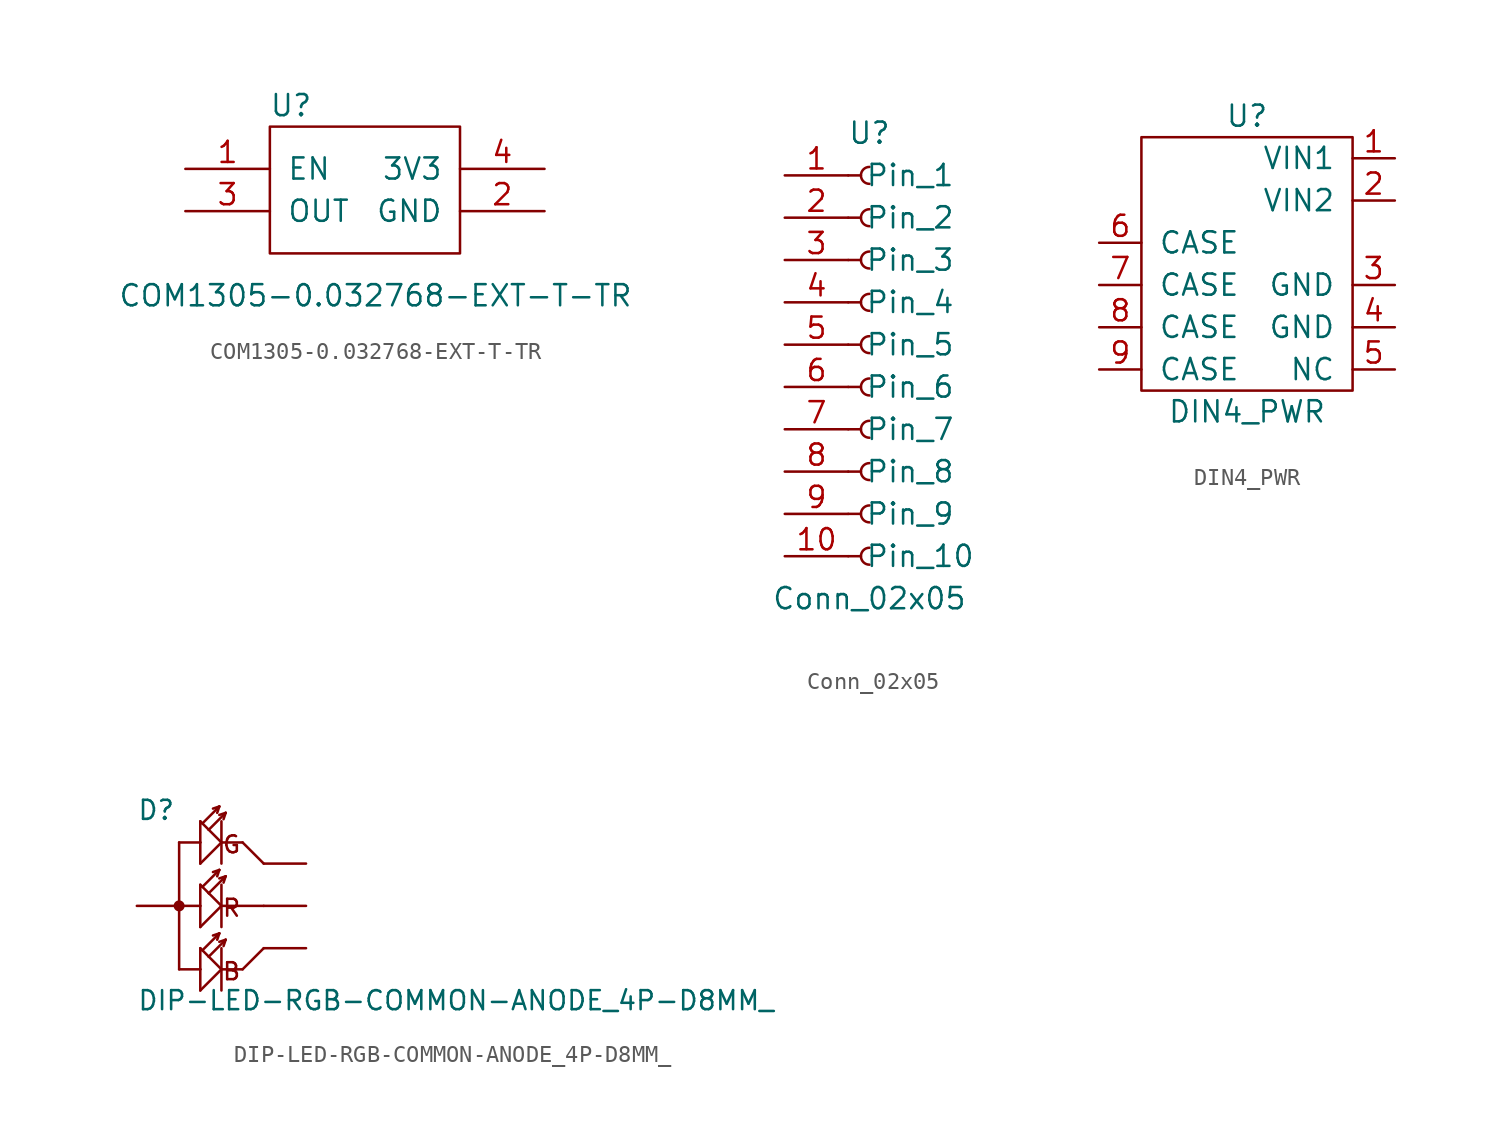
<source format=kicad_sym>
(kicad_symbol_lib
  (version 20211014)
  (generator kicad_symbol_editor)
  (symbol "COM1305-0.032768-EXT-T-TR"
    (pin_names
      (offset 1.016))
    (property "Reference" "U"
      (at 6.35 3.81 0)
      (effects (font (size 1.27 1.27))))
    (property "Value" "COM1305-0.032768-EXT-T-TR"
      (at 11.43 -7.62 0)
      (effects (font (size 1.27 1.27))))
    (symbol "COM1305-0.032768-EXT-T-TR_0_1"
      (rectangle (start 5.08 2.54) (end 16.51 -5.08) (stroke (width 0) (type default) (color 0 0 0 0)) (fill (type none))))
    (symbol "COM1305-0.032768-EXT-T-TR_1_1"
      (pin input line (at 0 0 0) (length 5.08) (name "EN" (effects (font (size 1.27 1.27)))) (number "1" (effects (font (size 1.27 1.27)))))
      (pin input line (at 21.59 -2.54 180) (length 5.08) (name "GND" (effects (font (size 1.27 1.27)))) (number "2" (effects (font (size 1.27 1.27)))))
      (pin input line (at 0 -2.54 0) (length 5.08) (name "OUT" (effects (font (size 1.27 1.27)))) (number "3" (effects (font (size 1.27 1.27)))))
      (pin input line (at 21.59 0 180) (length 5.08) (name "3V3" (effects (font (size 1.27 1.27)))) (number "4" (effects (font (size 1.27 1.27)))))))
  (symbol "Conn_02x05"
    (pin_names
      (offset 1.016))
    (property "Reference" "U"
      (at 0 2.54 0)
      (effects (font (size 1.27 1.27))))
    (property "Value" "Conn_02x05"
      (at 0 -25.4 0)
      (effects (font (size 1.27 1.27))))
    (symbol "Conn_02x05_1_1"
      (arc (start 0 -22.352) (mid -0.508 -22.86) (end 0 -23.368) (stroke (width 0.1524) (type default) (color 0 0 0 0)) (fill (type none)))
      (arc (start 0 -19.812) (mid -0.508 -20.32) (end 0 -20.828) (stroke (width 0.1524) (type default) (color 0 0 0 0)) (fill (type none)))
      (arc (start 0 -17.272) (mid -0.508 -17.78) (end 0 -18.288) (stroke (width 0.1524) (type default) (color 0 0 0 0)) (fill (type none)))
      (arc (start 0 -14.732) (mid -0.508 -15.24) (end 0 -15.748) (stroke (width 0.1524) (type default) (color 0 0 0 0)) (fill (type none)))
      (arc (start 0 -12.192) (mid -0.508 -12.7) (end 0 -13.208) (stroke (width 0.1524) (type default) (color 0 0 0 0)) (fill (type none)))
      (arc (start 0 -9.652) (mid -0.508 -10.16) (end 0 -10.668) (stroke (width 0.1524) (type default) (color 0 0 0 0)) (fill (type none)))
      (arc (start 0 -7.112) (mid -0.508 -7.62) (end 0 -8.128) (stroke (width 0.1524) (type default) (color 0 0 0 0)) (fill (type none)))
      (arc (start 0 -4.572) (mid -0.508 -5.08) (end 0 -5.588) (stroke (width 0.1524) (type default) (color 0 0 0 0)) (fill (type none)))
      (arc (start 0 -2.032) (mid -0.508 -2.54) (end 0 -3.048) (stroke (width 0.1524) (type default) (color 0 0 0 0)) (fill (type none)))
      (polyline (pts (xy -1.27 -22.86) (xy -0.508 -22.86)) (stroke (width 0.152) (type default) (color 0 0 0 0)) (fill (type none)))
      (polyline (pts (xy -1.27 -20.32) (xy -0.508 -20.32)) (stroke (width 0.152) (type default) (color 0 0 0 0)) (fill (type none)))
      (polyline (pts (xy -1.27 -17.78) (xy -0.508 -17.78)) (stroke (width 0.152) (type default) (color 0 0 0 0)) (fill (type none)))
      (polyline (pts (xy -1.27 -15.24) (xy -0.508 -15.24)) (stroke (width 0.152) (type default) (color 0 0 0 0)) (fill (type none)))
      (polyline (pts (xy -1.27 -12.7) (xy -0.508 -12.7)) (stroke (width 0.152) (type default) (color 0 0 0 0)) (fill (type none)))
      (polyline (pts (xy -1.27 -10.16) (xy -0.508 -10.16)) (stroke (width 0.152) (type default) (color 0 0 0 0)) (fill (type none)))
      (polyline (pts (xy -1.27 -7.62) (xy -0.508 -7.62)) (stroke (width 0.152) (type default) (color 0 0 0 0)) (fill (type none)))
      (polyline (pts (xy -1.27 -5.08) (xy -0.508 -5.08)) (stroke (width 0.152) (type default) (color 0 0 0 0)) (fill (type none)))
      (polyline (pts (xy -1.27 -2.54) (xy -0.508 -2.54)) (stroke (width 0.152) (type default) (color 0 0 0 0)) (fill (type none)))
      (polyline (pts (xy -1.27 0) (xy -0.508 0)) (stroke (width 0.152) (type default) (color 0 0 0 0)) (fill (type none)))
      (arc (start 0 0.508) (mid -0.508 0) (end 0 -0.508) (stroke (width 0.1524) (type default) (color 0 0 0 0)) (fill (type none)))
      (pin passive line (at -5.08 0 0) (length 3.81) (name "Pin_1" (effects (font (size 1.27 1.27)))) (number "1" (effects (font (size 1.27 1.27)))))
      (pin passive line (at -5.08 -22.86 0) (length 3.81) (name "Pin_10" (effects (font (size 1.27 1.27)))) (number "10" (effects (font (size 1.27 1.27)))))
      (pin passive line (at -5.08 -2.54 0) (length 3.81) (name "Pin_2" (effects (font (size 1.27 1.27)))) (number "2" (effects (font (size 1.27 1.27)))))
      (pin passive line (at -5.08 -5.08 0) (length 3.81) (name "Pin_3" (effects (font (size 1.27 1.27)))) (number "3" (effects (font (size 1.27 1.27)))))
      (pin passive line (at -5.08 -7.62 0) (length 3.81) (name "Pin_4" (effects (font (size 1.27 1.27)))) (number "4" (effects (font (size 1.27 1.27)))))
      (pin passive line (at -5.08 -10.16 0) (length 3.81) (name "Pin_5" (effects (font (size 1.27 1.27)))) (number "5" (effects (font (size 1.27 1.27)))))
      (pin passive line (at -5.08 -12.7 0) (length 3.81) (name "Pin_6" (effects (font (size 1.27 1.27)))) (number "6" (effects (font (size 1.27 1.27)))))
      (pin passive line (at -5.08 -15.24 0) (length 3.81) (name "Pin_7" (effects (font (size 1.27 1.27)))) (number "7" (effects (font (size 1.27 1.27)))))
      (pin passive line (at -5.08 -17.78 0) (length 3.81) (name "Pin_8" (effects (font (size 1.27 1.27)))) (number "8" (effects (font (size 1.27 1.27)))))
      (pin passive line (at -5.08 -20.32 0) (length 3.81) (name "Pin_9" (effects (font (size 1.27 1.27)))) (number "9" (effects (font (size 1.27 1.27)))))))
  (symbol "DIN4_PWR"
    (pin_names
      (offset 1.016))
    (property "Reference" "U"
      (at 0 7.62 0)
      (effects (font (size 1.27 1.27))))
    (property "Value" "DIN4_PWR"
      (at 0 -10.16 0)
      (effects (font (size 1.27 1.27))))
    (symbol "DIN4_PWR_0_1"
      (rectangle (start -6.35 6.35) (end 6.35 -8.89) (stroke (width 0) (type default) (color 0 0 0 0)) (fill (type none))))
    (symbol "DIN4_PWR_1_1"
      (pin power_out line (at 8.89 5.08 180) (length 2.54) (name "VIN1" (effects (font (size 1.27 1.27)))) (number "1" (effects (font (size 1.27 1.27)))))
      (pin power_out line (at 8.89 2.54 180) (length 2.54) (name "VIN2" (effects (font (size 1.27 1.27)))) (number "2" (effects (font (size 1.27 1.27)))))
      (pin passive line (at 8.89 -2.54 180) (length 2.54) (name "GND" (effects (font (size 1.27 1.27)))) (number "3" (effects (font (size 1.27 1.27)))))
      (pin passive line (at 8.89 -5.08 180) (length 2.54) (name "GND" (effects (font (size 1.27 1.27)))) (number "4" (effects (font (size 1.27 1.27)))))
      (pin passive line (at 8.89 -7.62 180) (length 2.54) (name "NC" (effects (font (size 1.27 1.27)))) (number "5" (effects (font (size 1.27 1.27)))))
      (pin passive line (at -8.89 0 0) (length 2.54) (name "CASE" (effects (font (size 1.27 1.27)))) (number "6" (effects (font (size 1.27 1.27)))))
      (pin passive line (at -8.89 -2.54 0) (length 2.54) (name "CASE" (effects (font (size 1.27 1.27)))) (number "7" (effects (font (size 1.27 1.27)))))
      (pin passive line (at -8.89 -5.08 0) (length 2.54) (name "CASE" (effects (font (size 1.27 1.27)))) (number "8" (effects (font (size 1.27 1.27)))))
      (pin passive line (at -8.89 -7.62 0) (length 2.54) (name "CASE" (effects (font (size 1.27 1.27)))) (number "9" (effects (font (size 1.27 1.27)))))))
  (symbol "DIP-LED-RGB-COMMON-ANODE_4P-D8MM_"
    (pin_numbers hide)
    (pin_names
      (offset 1.016) hide)
    (property "Reference" "D"
      (at -5.08 5.08 0)
      (effects (font (size 1.143 1.143)) (justify left bottom)))
    (property "Value" "DIP-LED-RGB-COMMON-ANODE_4P-D8MM_"
      (at -5.08 -6.35 0)
      (effects (font (size 1.143 1.143)) (justify left bottom)))
    (property "ki_locked" ""
      (at 0 0 0)
      (effects (font (size 1.27 1.27))))
    (symbol "DIP-LED-RGB-COMMON-ANODE_4P-D8MM__1_0"
      (polyline (pts (xy -2.54 -3.81) (xy -2.54 0)) (stroke (width 0) (type default) (color 0 0 0 0)) (fill (type none)))
      (polyline (pts (xy -2.54 3.81) (xy -2.54 0)) (stroke (width 0) (type default) (color 0 0 0 0)) (fill (type none)))
      (polyline (pts (xy -1.27 -5.08) (xy 0 -3.81)) (stroke (width 0) (type default) (color 0 0 0 0)) (fill (type none)))
      (polyline (pts (xy -1.27 -3.81) (xy -2.54 -3.81)) (stroke (width 0) (type default) (color 0 0 0 0)) (fill (type none)))
      (polyline (pts (xy -1.27 -3.81) (xy -1.27 -5.08)) (stroke (width 0) (type default) (color 0 0 0 0)) (fill (type none)))
      (polyline (pts (xy -1.27 -2.54) (xy -1.27 -3.81)) (stroke (width 0) (type default) (color 0 0 0 0)) (fill (type none)))
      (polyline (pts (xy -1.27 -1.27) (xy 0 0)) (stroke (width 0) (type default) (color 0 0 0 0)) (fill (type none)))
      (polyline (pts (xy -1.27 0) (xy -2.54 0)) (stroke (width 0) (type default) (color 0 0 0 0)) (fill (type none)))
      (polyline (pts (xy -1.27 0) (xy -1.27 -1.27)) (stroke (width 0) (type default) (color 0 0 0 0)) (fill (type none)))
      (polyline (pts (xy -1.27 1.27) (xy -1.27 0)) (stroke (width 0) (type default) (color 0 0 0 0)) (fill (type none)))
      (polyline (pts (xy -1.27 2.54) (xy 0 3.81)) (stroke (width 0) (type default) (color 0 0 0 0)) (fill (type none)))
      (polyline (pts (xy -1.27 3.81) (xy -2.54 3.81)) (stroke (width 0) (type default) (color 0 0 0 0)) (fill (type none)))
      (polyline (pts (xy -1.27 3.81) (xy -1.27 2.54)) (stroke (width 0) (type default) (color 0 0 0 0)) (fill (type none)))
      (polyline (pts (xy -1.27 5.08) (xy -1.27 3.81)) (stroke (width 0) (type default) (color 0 0 0 0)) (fill (type none)))
      (polyline (pts (xy -1.143 -2.667) (xy -1.27 -2.54)) (stroke (width 0) (type default) (color 0 0 0 0)) (fill (type none)))
      (polyline (pts (xy -1.143 -2.667) (xy -0.127 -1.651)) (stroke (width 0) (type default) (color 0 0 0 0)) (fill (type none)))
      (polyline (pts (xy -1.143 1.143) (xy -1.27 1.27)) (stroke (width 0) (type default) (color 0 0 0 0)) (fill (type none)))
      (polyline (pts (xy -1.143 1.143) (xy -0.127 2.159)) (stroke (width 0) (type default) (color 0 0 0 0)) (fill (type none)))
      (polyline (pts (xy -1.143 4.953) (xy -1.27 5.08)) (stroke (width 0) (type default) (color 0 0 0 0)) (fill (type none)))
      (polyline (pts (xy -1.143 4.953) (xy -0.127 5.969)) (stroke (width 0) (type default) (color 0 0 0 0)) (fill (type none)))
      (polyline (pts (xy -0.762 -3.048) (xy -1.143 -2.667)) (stroke (width 0) (type default) (color 0 0 0 0)) (fill (type none)))
      (polyline (pts (xy -0.762 -3.048) (xy 0.254 -2.032)) (stroke (width 0) (type default) (color 0 0 0 0)) (fill (type none)))
      (polyline (pts (xy -0.762 0.762) (xy -1.143 1.143)) (stroke (width 0) (type default) (color 0 0 0 0)) (fill (type none)))
      (polyline (pts (xy -0.762 0.762) (xy 0.254 1.778)) (stroke (width 0) (type default) (color 0 0 0 0)) (fill (type none)))
      (polyline (pts (xy -0.762 4.572) (xy -1.143 4.953)) (stroke (width 0) (type default) (color 0 0 0 0)) (fill (type none)))
      (polyline (pts (xy -0.762 4.572) (xy 0.254 5.588)) (stroke (width 0) (type default) (color 0 0 0 0)) (fill (type none)))
      (polyline (pts (xy -0.127 -1.651) (xy -0.508 -1.778)) (stroke (width 0) (type default) (color 0 0 0 0)) (fill (type none)))
      (polyline (pts (xy -0.127 -1.651) (xy -0.254 -2.032)) (stroke (width 0) (type default) (color 0 0 0 0)) (fill (type none)))
      (polyline (pts (xy -0.127 2.159) (xy -0.508 2.032)) (stroke (width 0) (type default) (color 0 0 0 0)) (fill (type none)))
      (polyline (pts (xy -0.127 2.159) (xy -0.254 1.778)) (stroke (width 0) (type default) (color 0 0 0 0)) (fill (type none)))
      (polyline (pts (xy -0.127 5.969) (xy -0.508 5.842)) (stroke (width 0) (type default) (color 0 0 0 0)) (fill (type none)))
      (polyline (pts (xy -0.127 5.969) (xy -0.254 5.588)) (stroke (width 0) (type default) (color 0 0 0 0)) (fill (type none)))
      (polyline (pts (xy 0 -3.81) (xy -0.762 -3.048)) (stroke (width 0) (type default) (color 0 0 0 0)) (fill (type none)))
      (polyline (pts (xy 0 -3.81) (xy 0 -5.08)) (stroke (width 0) (type default) (color 0 0 0 0)) (fill (type none)))
      (polyline (pts (xy 0 -3.81) (xy 1.27 -3.81)) (stroke (width 0) (type default) (color 0 0 0 0)) (fill (type none)))
      (polyline (pts (xy 0 -2.54) (xy 0 -3.81)) (stroke (width 0) (type default) (color 0 0 0 0)) (fill (type none)))
      (polyline (pts (xy 0 0) (xy -0.762 0.762)) (stroke (width 0) (type default) (color 0 0 0 0)) (fill (type none)))
      (polyline (pts (xy 0 0) (xy 0 -1.27)) (stroke (width 0) (type default) (color 0 0 0 0)) (fill (type none)))
      (polyline (pts (xy 0 0) (xy 2.54 0)) (stroke (width 0) (type default) (color 0 0 0 0)) (fill (type none)))
      (polyline (pts (xy 0 1.27) (xy 0 0)) (stroke (width 0) (type default) (color 0 0 0 0)) (fill (type none)))
      (polyline (pts (xy 0 3.81) (xy -0.762 4.572)) (stroke (width 0) (type default) (color 0 0 0 0)) (fill (type none)))
      (polyline (pts (xy 0 3.81) (xy 0 2.54)) (stroke (width 0) (type default) (color 0 0 0 0)) (fill (type none)))
      (polyline (pts (xy 0 3.81) (xy 1.27 3.81)) (stroke (width 0) (type default) (color 0 0 0 0)) (fill (type none)))
      (polyline (pts (xy 0 5.08) (xy 0 3.81)) (stroke (width 0) (type default) (color 0 0 0 0)) (fill (type none)))
      (polyline (pts (xy 0.254 -2.032) (xy -0.127 -2.159)) (stroke (width 0) (type default) (color 0 0 0 0)) (fill (type none)))
      (polyline (pts (xy 0.254 -2.032) (xy 0.127 -2.413)) (stroke (width 0) (type default) (color 0 0 0 0)) (fill (type none)))
      (polyline (pts (xy 0.254 1.778) (xy -0.127 1.651)) (stroke (width 0) (type default) (color 0 0 0 0)) (fill (type none)))
      (polyline (pts (xy 0.254 1.778) (xy 0.127 1.397)) (stroke (width 0) (type default) (color 0 0 0 0)) (fill (type none)))
      (polyline (pts (xy 0.254 5.588) (xy -0.127 5.461)) (stroke (width 0) (type default) (color 0 0 0 0)) (fill (type none)))
      (polyline (pts (xy 0.254 5.588) (xy 0.127 5.207)) (stroke (width 0) (type default) (color 0 0 0 0)) (fill (type none)))
      (polyline (pts (xy 1.27 -3.81) (xy 2.54 -2.54)) (stroke (width 0) (type default) (color 0 0 0 0)) (fill (type none)))
      (polyline (pts (xy 1.27 3.81) (xy 2.54 2.54)) (stroke (width 0) (type default) (color 0 0 0 0)) (fill (type none)))
      (text "B" (at 0.61 -3.937 0) (effects (font (size 1.016 1.016))))
      (text "G" (at 0.61 3.683 0) (effects (font (size 1.016 1.016))))
      (text "R" (at 0.61 -0.127 0) (effects (font (size 1.016 1.016)))))
    (symbol "DIP-LED-RGB-COMMON-ANODE_4P-D8MM__1_1"
      (circle (center -2.54 0) (radius 0.178) (stroke (width 0) (type default) (color 0 0 0 0)) (fill (type outline)))
      (circle (center -2.54 0) (radius 0.254) (stroke (width 0) (type default) (color 0 0 0 0)) (fill (type none)))
      (pin bidirectional line (at 5.08 -2.54 180) (length 2.54) (name "B" (effects (font (size 1.016 1.016)))) (number "1" (effects (font (size 1.016 1.016)))))
      (pin bidirectional line (at 5.08 2.54 180) (length 2.54) (name "G" (effects (font (size 1.016 1.016)))) (number "2" (effects (font (size 1.016 1.016)))))
      (pin bidirectional line (at -5.08 0 0) (length 2.54) (name "+" (effects (font (size 1.016 1.016)))) (number "3" (effects (font (size 1.016 1.016)))))
      (pin bidirectional line (at 5.08 0 180) (length 2.54) (name "R" (effects (font (size 1.016 1.016)))) (number "4" (effects (font (size 1.016 1.016))))))))
</source>
